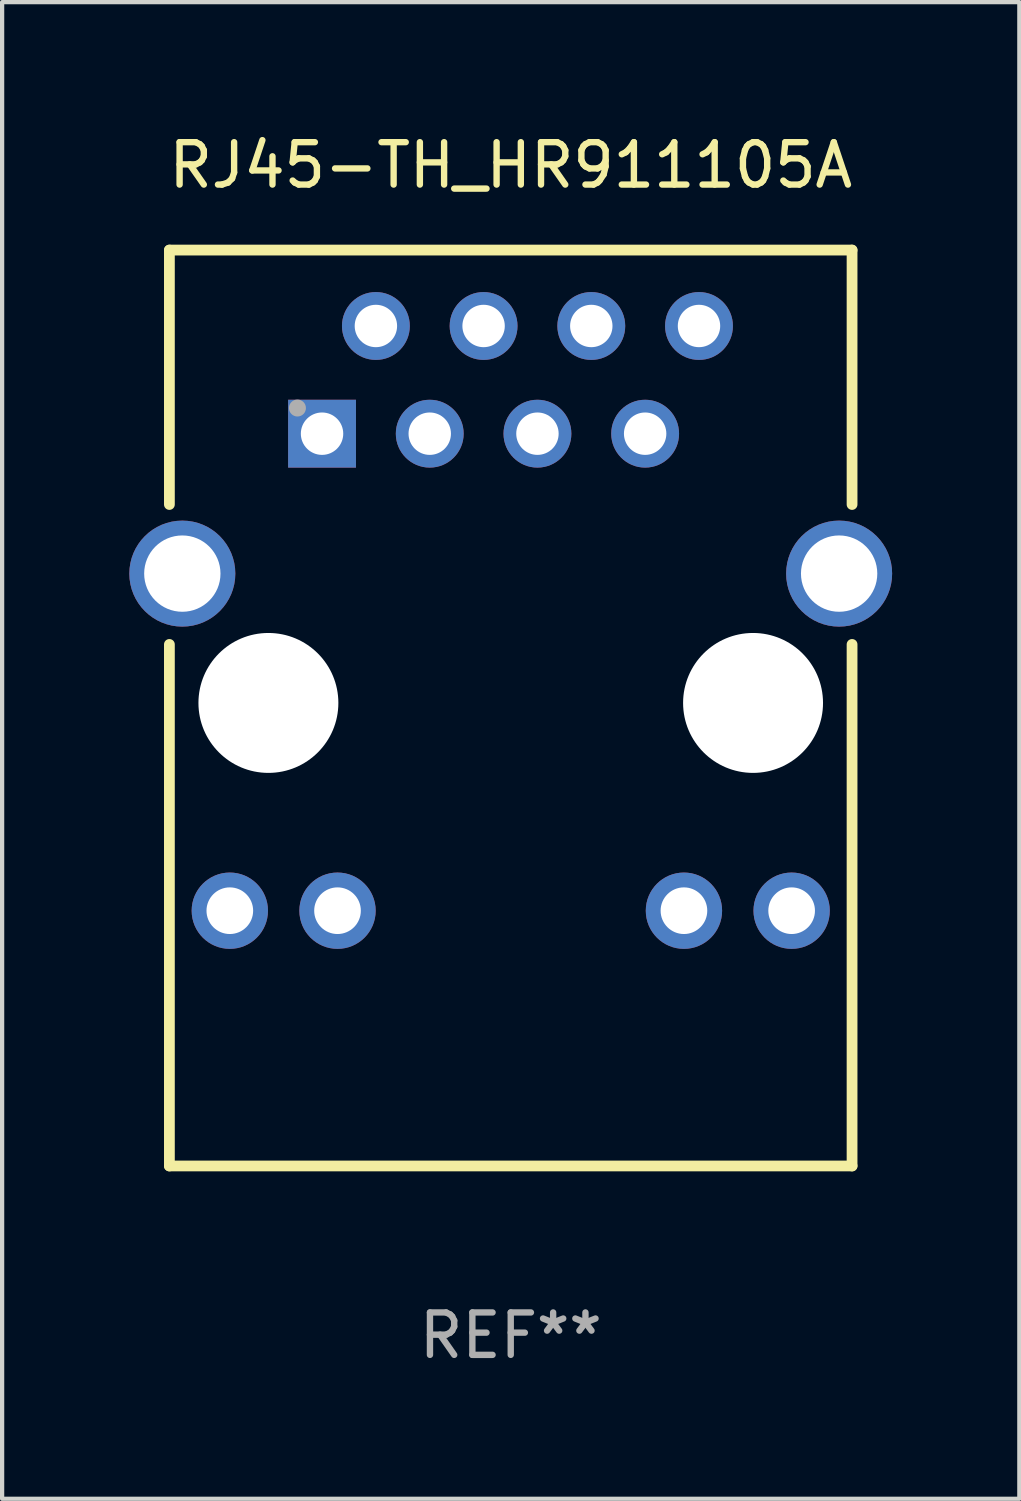
<source format=kicad_pcb>
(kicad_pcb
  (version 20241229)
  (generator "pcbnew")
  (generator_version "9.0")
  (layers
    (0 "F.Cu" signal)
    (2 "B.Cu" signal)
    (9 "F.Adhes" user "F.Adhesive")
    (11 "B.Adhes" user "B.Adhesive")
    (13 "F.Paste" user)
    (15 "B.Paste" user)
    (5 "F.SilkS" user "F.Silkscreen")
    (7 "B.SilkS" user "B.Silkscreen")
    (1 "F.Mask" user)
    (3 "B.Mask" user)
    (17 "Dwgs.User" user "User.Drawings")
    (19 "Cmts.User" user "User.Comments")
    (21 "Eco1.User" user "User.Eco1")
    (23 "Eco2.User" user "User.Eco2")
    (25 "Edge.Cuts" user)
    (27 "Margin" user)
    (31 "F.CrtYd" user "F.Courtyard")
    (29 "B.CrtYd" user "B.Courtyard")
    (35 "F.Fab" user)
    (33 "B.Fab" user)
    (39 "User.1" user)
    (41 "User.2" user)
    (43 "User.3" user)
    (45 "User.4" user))
  (footprint "RJ45-TH_HR911105A"
    (layer "F.Cu")
    (at 8.995 11.533)
    (property "Reference" "RJ45-TH_HR911105A" (at 0.000178 -10.685 0) (layer "F.SilkS") (effects (font (size 1 1) (thickness 0.15))))
    (attr through_hole)
    (fp_line (start -8.05 -8.685) (end -8.05 -2.685) (stroke (width 0.254) (type solid)) (layer "F.SilkS"))
    (fp_line (start -8.05 -8.685) (end 8.05 -8.685) (stroke (width 0.254) (type solid)) (layer "F.SilkS"))
    (fp_line (start -8.05 0.615) (end -8.05 12.915) (stroke (width 0.254) (type solid)) (layer "F.SilkS"))
    (fp_line (start -8.05 12.915) (end 8.05 12.915) (stroke (width 0.254) (type solid)) (layer "F.SilkS"))
    (fp_line (start 8.05 0.615) (end 8.05 12.915) (stroke (width 0.254) (type solid)) (layer "F.SilkS"))
    (fp_line (start 8.05 -8.685) (end 8.05 -2.685) (stroke (width 0.254) (type solid)) (layer "F.SilkS"))
    (fp_circle (center -8.02 -8.405) (end -7.99 -8.405) (stroke (width 0.06) (type solid)) (fill no) (layer "F.SilkS"))
    (fp_circle (center -5.715 1.995) (end -5.015 1.995) (stroke (width 1.4) (type solid)) (fill no) (layer "F.Fab"))
    (fp_circle (center -5.03 -4.96) (end -4.93 -4.96) (stroke (width 0.2) (type solid)) (fill no) (layer "F.Fab"))
    (fp_circle (center 5.715 1.995) (end 6.415 1.995) (stroke (width 1.4) (type solid)) (fill no) (layer "F.Fab"))
    (fp_text user "REF**" (at 0.000178 16.915 0) (layer "F.Fab") (effects (font (size 1 1) (thickness 0.15))))
    (pad "" np_thru_hole circle (at -5.715 1.995) (size 3.3 3.3) (drill 3.3) (layers "*.Cu" "*.Mask"))
    (pad "" np_thru_hole circle (at 5.715 1.995) (size 3.3 3.3) (drill 3.3) (layers "*.Cu" "*.Mask"))
    (pad "1" thru_hole rect (at -4.45 -4.355) (size 1.6 1.6) (drill 1) (layers "*.Cu" "*.Mask"))
    (pad "2" thru_hole circle (at -3.18 -6.895) (size 1.6 1.6) (drill 1) (layers "*.Cu" "*.Mask"))
    (pad "3" thru_hole circle (at -1.91 -4.355) (size 1.6 1.6) (drill 1) (layers "*.Cu" "*.Mask"))
    (pad "4" thru_hole circle (at -0.64 -6.895) (size 1.6 1.6) (drill 1) (layers "*.Cu" "*.Mask"))
    (pad "5" thru_hole circle (at 0.63 -4.355) (size 1.6 1.6) (drill 1) (layers "*.Cu" "*.Mask"))
    (pad "6" thru_hole circle (at 1.9 -6.895) (size 1.6 1.6) (drill 1) (layers "*.Cu" "*.Mask"))
    (pad "7" thru_hole circle (at 3.17 -4.355) (size 1.6 1.6) (drill 1) (layers "*.Cu" "*.Mask"))
    (pad "8" thru_hole circle (at 4.44 -6.895) (size 1.6 1.6) (drill 1) (layers "*.Cu" "*.Mask"))
    (pad "9" thru_hole circle (at -6.625 6.895) (size 1.8 1.8) (drill 1.1) (layers "*.Cu" "*.Mask"))
    (pad "10" thru_hole circle (at -4.085 6.895) (size 1.8 1.8) (drill 1.1) (layers "*.Cu" "*.Mask"))
    (pad "11" thru_hole circle (at 4.085 6.895) (size 1.8 1.8) (drill 1.1) (layers "*.Cu" "*.Mask"))
    (pad "12" thru_hole circle (at 6.625 6.895) (size 1.8 1.8) (drill 1.1) (layers "*.Cu" "*.Mask"))
    (pad "SH1" thru_hole circle (at -7.745 -1.055) (size 2.5 2.5) (drill 1.8) (layers "*.Cu" "*.Mask"))
    (pad "SH2" thru_hole circle (at 7.745 -1.055) (size 2.5 2.5) (drill 1.8) (layers "*.Cu" "*.Mask")))
  (gr_rect
    (start -3 -3)
    (end 20.99 32.297)
    (stroke (width 0.1) (type default))
    (fill no)
    (layer "Edge.Cuts")))
</source>
